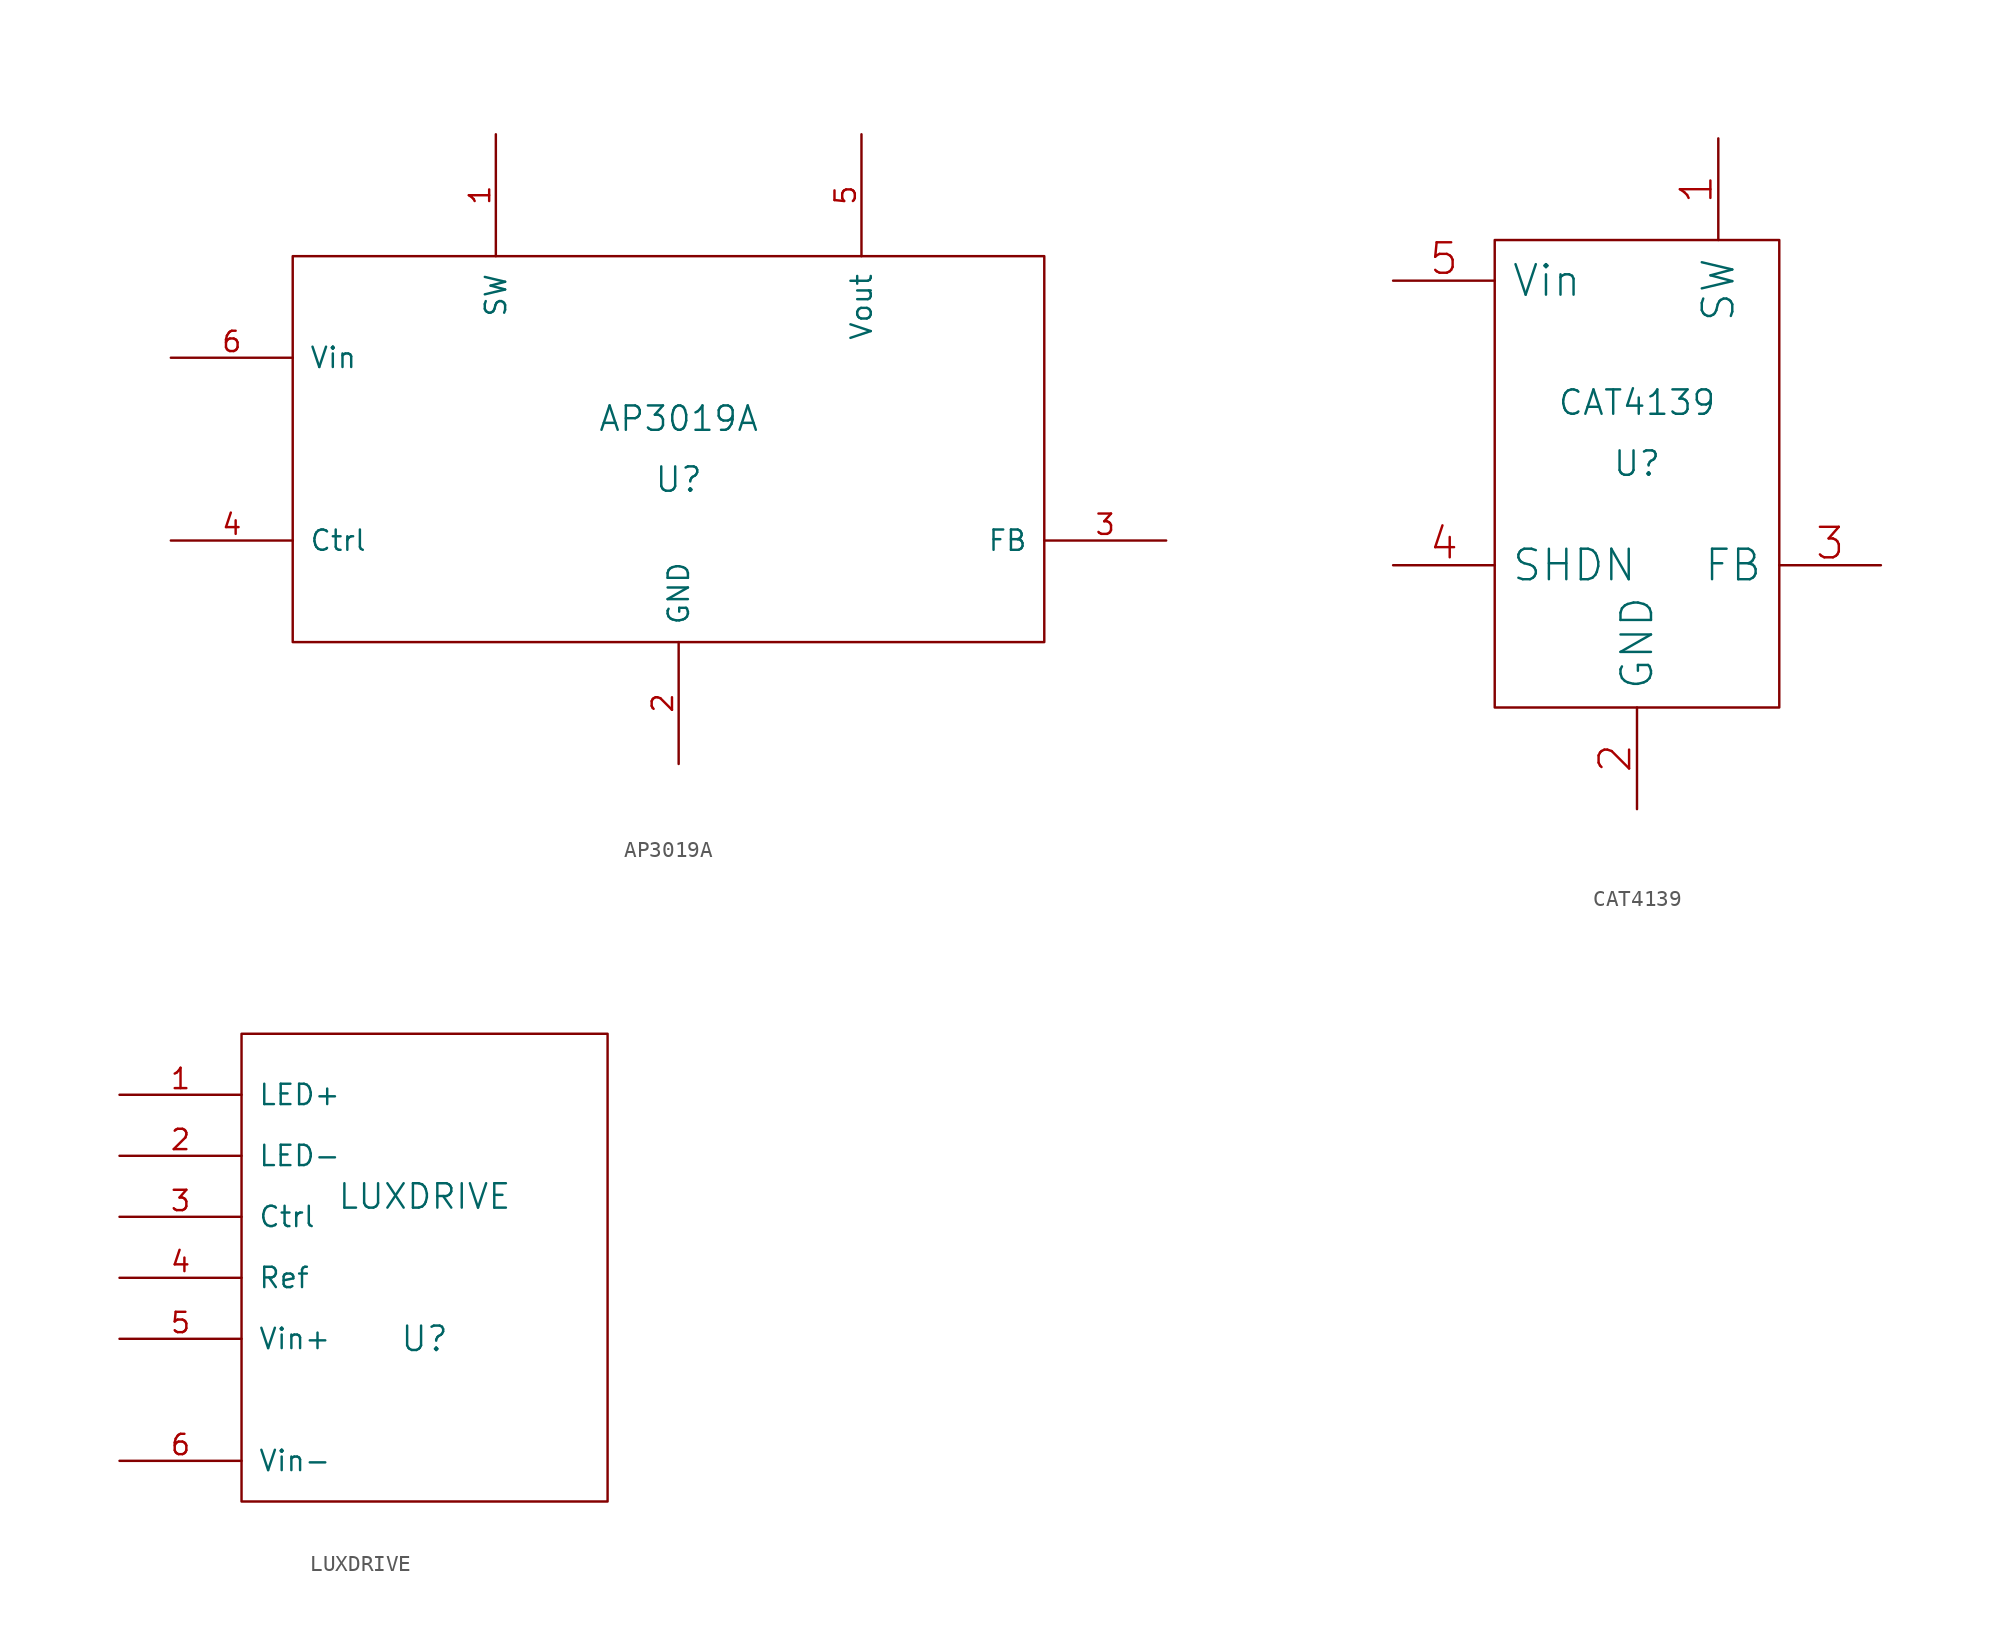
<source format=kicad_sym>
(kicad_symbol_lib
  (version 20211014)
  (generator kicad_symbol_editor)
  (symbol "AP3019A"
    (pin_names
      (offset 1.016))
    (property "Reference" "U"
      (at 0 1.27 0)
      (effects (font (size 1.524 1.524))))
    (property "Value" "AP3019A"
      (at 0 5.08 0)
      (effects (font (size 1.524 1.524))))
    (property "Footprint" ""
      (at 0 0 0)
      (effects (font (size 1.524 1.524))))
    (property "Datasheet" ""
      (at 0 0 0)
      (effects (font (size 1.524 1.524))))
    (symbol "AP3019A_0_1"
      (rectangle (start -24.13 15.24) (end 22.86 -8.89) (stroke (width 0) (type default) (color 0 0 0 0)) (fill (type none))))
    (symbol "AP3019A_1_1"
      (pin input line (at -11.43 22.86 270) (length 7.62) (name "SW" (effects (font (size 1.27 1.27)))) (number "1" (effects (font (size 1.27 1.27)))))
      (pin input line (at 0 -16.51 90) (length 7.62) (name "GND" (effects (font (size 1.27 1.27)))) (number "2" (effects (font (size 1.27 1.27)))))
      (pin input line (at 30.48 -2.54 180) (length 7.62) (name "FB" (effects (font (size 1.27 1.27)))) (number "3" (effects (font (size 1.27 1.27)))))
      (pin input line (at -31.75 -2.54 0) (length 7.62) (name "Ctrl" (effects (font (size 1.27 1.27)))) (number "4" (effects (font (size 1.27 1.27)))))
      (pin output line (at 11.43 22.86 270) (length 7.62) (name "Vout" (effects (font (size 1.27 1.27)))) (number "5" (effects (font (size 1.27 1.27)))))
      (pin input line (at -31.75 8.89 0) (length 7.62) (name "Vin" (effects (font (size 1.27 1.27)))) (number "6" (effects (font (size 1.27 1.27)))))))
  (symbol "CAT4139"
    (pin_names
      (offset 1.016))
    (property "Reference" "U"
      (at 0 -6.35 0)
      (effects (font (size 1.524 1.524))))
    (property "Value" "CAT4139"
      (at 0 -2.54 0)
      (effects (font (size 1.524 1.524))))
    (property "Footprint" ""
      (at 1.27 -1.27 0)
      (effects (font (size 1.524 1.524))))
    (property "Datasheet" ""
      (at 1.27 -1.27 0)
      (effects (font (size 1.524 1.524))))
    (symbol "CAT4139_0_0"
      (pin bidirectional line (at 5.08 13.97 270) (length 6.35) (name "SW" (effects (font (size 1.905 1.905)))) (number "1" (effects (font (size 1.905 1.905)))))
      (pin bidirectional line (at 0 -27.94 90) (length 6.35) (name "GND" (effects (font (size 1.905 1.905)))) (number "2" (effects (font (size 1.905 1.905)))))
      (pin bidirectional line (at 15.24 -12.7 180) (length 6.35) (name "FB" (effects (font (size 1.905 1.905)))) (number "3" (effects (font (size 1.905 1.905)))))
      (pin bidirectional line (at -15.24 -12.7 0) (length 6.35) (name "SHDN" (effects (font (size 1.905 1.905)))) (number "4" (effects (font (size 1.905 1.905)))))
      (pin bidirectional line (at -15.24 5.08 0) (length 6.35) (name "Vin" (effects (font (size 1.905 1.905)))) (number "5" (effects (font (size 1.905 1.905))))))
    (symbol "CAT4139_0_1"
      (rectangle (start -8.89 7.62) (end 8.89 -21.59) (stroke (width 0) (type default) (color 0 0 0 0)) (fill (type none)))))
  (symbol "LUXDRIVE"
    (pin_names
      (offset 1.016))
    (property "Reference" "U"
      (at 0 0 0)
      (effects (font (size 1.524 1.524))))
    (property "Value" "LUXDRIVE"
      (at 0 8.89 0)
      (effects (font (size 1.524 1.524))))
    (property "Footprint" ""
      (at 0 0 0)
      (effects (font (size 1.524 1.524))))
    (property "Datasheet" ""
      (at 0 0 0)
      (effects (font (size 1.524 1.524))))
    (symbol "LUXDRIVE_0_1"
      (rectangle (start -11.43 19.05) (end 11.43 -10.16) (stroke (width 0) (type default) (color 0 0 0 0)) (fill (type none))))
    (symbol "LUXDRIVE_1_1"
      (pin input line (at -19.05 15.24 0) (length 7.62) (name "LED+" (effects (font (size 1.27 1.27)))) (number "1" (effects (font (size 1.27 1.27)))))
      (pin input line (at -19.05 11.43 0) (length 7.62) (name "LED-" (effects (font (size 1.27 1.27)))) (number "2" (effects (font (size 1.27 1.27)))))
      (pin input line (at -19.05 7.62 0) (length 7.62) (name "Ctrl" (effects (font (size 1.27 1.27)))) (number "3" (effects (font (size 1.27 1.27)))))
      (pin input line (at -19.05 3.81 0) (length 7.62) (name "Ref" (effects (font (size 1.27 1.27)))) (number "4" (effects (font (size 1.27 1.27)))))
      (pin input line (at -19.05 0 0) (length 7.62) (name "Vin+" (effects (font (size 1.27 1.27)))) (number "5" (effects (font (size 1.27 1.27)))))
      (pin input line (at -19.05 -7.62 0) (length 7.62) (name "Vin-" (effects (font (size 1.27 1.27)))) (number "6" (effects (font (size 1.27 1.27))))))))
</source>
